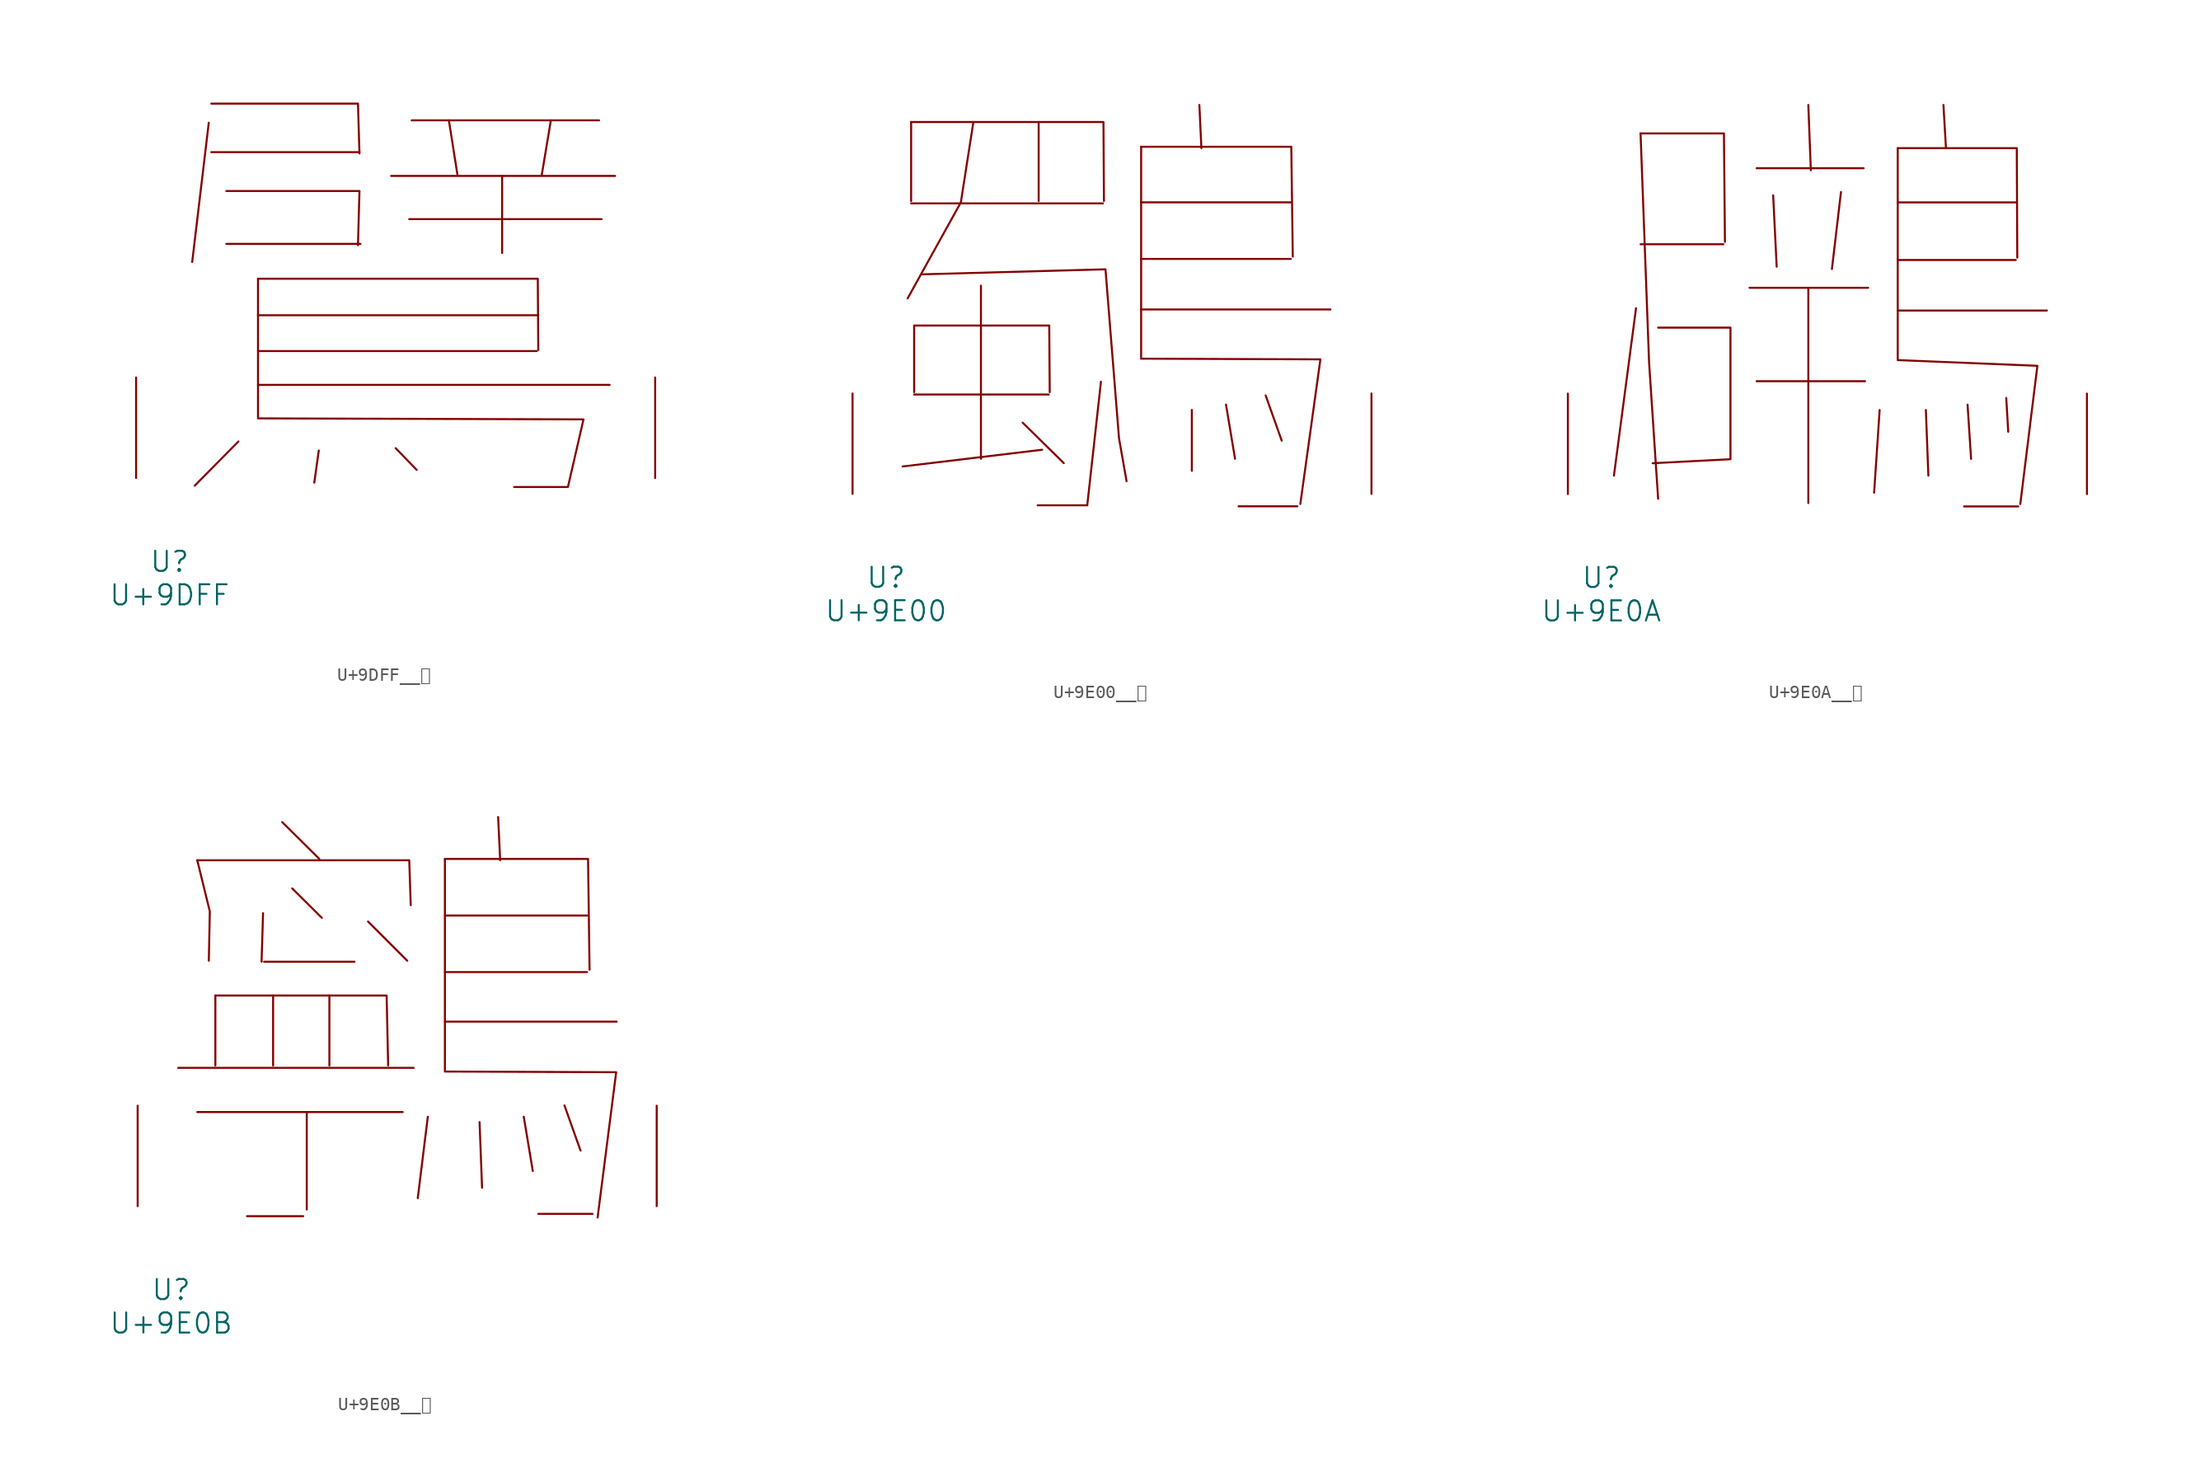
<source format=kicad_sym>
(kicad_symbol_lib
  (version 20231120)
  (generator "kicad_symbol_editor")
  (generator_version "8.0")
  (symbol "U+9DFF__鷿"
    (pin_names
      (offset 1.016))
    (property "Reference" "U"
      (at 0 -6.35 0)
      (effects (font (size 1.524 1.524))))
    (property "Value" "U+9DFF"
      (at 0 -8.89 0)
      (effects (font (size 1.524 1.524))))
    (symbol "U+9DFF__鷿_0_1"
      (polyline (pts (xy 2.972 26.949) (xy 1.714 16.383)) (stroke (width 0) (type solid)) (fill (type none)))
      (polyline (pts (xy 3.162 24.714) (xy 14.402 24.714)) (stroke (width 0) (type solid)) (fill (type none)))
      (polyline (pts (xy 4.305 17.755) (xy 14.478 17.755)) (stroke (width 0) (type solid)) (fill (type none)))
      (polyline (pts (xy 5.22 2.769) (xy 1.905 -0.584)) (stroke (width 0) (type solid)) (fill (type none)))
      (polyline (pts (xy 6.706 7.061) (xy 33.376 7.061)) (stroke (width 0) (type solid)) (fill (type none)))
      (polyline (pts (xy 6.706 9.627) (xy 27.851 9.627)) (stroke (width 0) (type solid)) (fill (type none)))
      (polyline (pts (xy 6.706 12.344) (xy 27.851 12.344)) (stroke (width 0) (type solid)) (fill (type none)))
      (polyline (pts (xy 11.316 2.083) (xy 10.973 -0.356)) (stroke (width 0) (type solid)) (fill (type none)))
      (polyline (pts (xy 16.802 22.911) (xy 33.795 22.911)) (stroke (width 0) (type solid)) (fill (type none)))
      (polyline (pts (xy 17.145 2.261) (xy 18.745 0.61)) (stroke (width 0) (type solid)) (fill (type none)))
      (polyline (pts (xy 18.174 19.634) (xy 32.766 19.634)) (stroke (width 0) (type solid)) (fill (type none)))
      (polyline (pts (xy 18.364 27.127) (xy 32.575 27.127)) (stroke (width 0) (type solid)) (fill (type none)))
      (polyline (pts (xy 21.184 27.127) (xy 21.831 23.012)) (stroke (width 0) (type solid)) (fill (type none)))
      (polyline (pts (xy 25.222 22.911) (xy 25.222 17.069)) (stroke (width 0) (type solid)) (fill (type none)))
      (polyline (pts (xy 28.918 27.127) (xy 28.232 23.012)) (stroke (width 0) (type solid)) (fill (type none)))
      (polyline (pts (xy 3.162 28.397) (xy 14.287 28.397) (xy 14.402 24.613)) (stroke (width 0) (type solid)) (fill (type none)))
      (polyline (pts (xy 4.305 21.768) (xy 14.402 21.768) (xy 14.287 17.653)) (stroke (width 0) (type solid)) (fill (type none)))
      (polyline (pts (xy 6.706 15.113) (xy 27.927 15.113) (xy 27.965 9.703)) (stroke (width 0) (type solid)) (fill (type none)))
      (polyline (pts (xy 6.706 15.113) (xy 6.706 4.521) (xy 31.394 4.445) (xy 30.213 -0.686) (xy 26.137 -0.686)) (stroke (width 0) (type solid)) (fill (type none)))
      (pin input line (at -2.54 0 90) (length 7.62) (name "~" (effects (font (size 1.27 1.27)))) (number "~" (effects (font (size 1.27 1.27)))))
      (pin input line (at 36.83 0 90) (length 7.62) (name "~" (effects (font (size 1.27 1.27)))) (number "~" (effects (font (size 1.27 1.27)))))))
  (symbol "U+9E00__鸀"
    (pin_names
      (offset 1.016))
    (property "Reference" "U"
      (at 0 -6.35 0)
      (effects (font (size 1.524 1.524))))
    (property "Value" "U+9E00"
      (at 0 -8.89 0)
      (effects (font (size 1.524 1.524))))
    (symbol "U+9E00__鸀_0_1"
      (polyline (pts (xy 1.905 22.047) (xy 16.459 22.047)) (stroke (width 0) (type solid)) (fill (type none)))
      (polyline (pts (xy 1.905 28.219) (xy 1.905 22.225)) (stroke (width 0) (type solid)) (fill (type none)))
      (polyline (pts (xy 2.134 7.544) (xy 12.344 7.544)) (stroke (width 0) (type solid)) (fill (type none)))
      (polyline (pts (xy 2.134 12.776) (xy 2.134 7.722)) (stroke (width 0) (type solid)) (fill (type none)))
      (polyline (pts (xy 7.201 15.799) (xy 7.201 2.667)) (stroke (width 0) (type solid)) (fill (type none)))
      (polyline (pts (xy 10.363 5.41) (xy 13.487 2.337)) (stroke (width 0) (type solid)) (fill (type none)))
      (polyline (pts (xy 11.506 -0.864) (xy 15.278 -0.864)) (stroke (width 0) (type solid)) (fill (type none)))
      (polyline (pts (xy 11.582 28.219) (xy 11.582 22.225)) (stroke (width 0) (type solid)) (fill (type none)))
      (polyline (pts (xy 11.849 3.353) (xy 1.257 2.083)) (stroke (width 0) (type solid)) (fill (type none)))
      (polyline (pts (xy 16.307 8.509) (xy 15.278 -0.762)) (stroke (width 0) (type solid)) (fill (type none)))
      (polyline (pts (xy 19.355 13.995) (xy 33.718 13.995)) (stroke (width 0) (type solid)) (fill (type none)))
      (polyline (pts (xy 19.355 17.831) (xy 30.709 17.831)) (stroke (width 0) (type solid)) (fill (type none)))
      (polyline (pts (xy 19.355 22.123) (xy 30.709 22.123)) (stroke (width 0) (type solid)) (fill (type none)))
      (polyline (pts (xy 23.203 6.375) (xy 23.203 1.753)) (stroke (width 0) (type solid)) (fill (type none)))
      (polyline (pts (xy 23.774 29.515) (xy 23.927 26.238)) (stroke (width 0) (type solid)) (fill (type none)))
      (polyline (pts (xy 25.794 6.782) (xy 26.48 2.667)) (stroke (width 0) (type solid)) (fill (type none)))
      (polyline (pts (xy 26.746 -0.94) (xy 31.204 -0.94)) (stroke (width 0) (type solid)) (fill (type none)))
      (polyline (pts (xy 28.804 7.468) (xy 30.023 4.039)) (stroke (width 0) (type solid)) (fill (type none)))
      (polyline (pts (xy 1.905 28.219) (xy 16.497 28.219) (xy 16.535 22.225)) (stroke (width 0) (type solid)) (fill (type none)))
      (polyline (pts (xy 2.134 12.776) (xy 12.383 12.776) (xy 12.421 7.722)) (stroke (width 0) (type solid)) (fill (type none)))
      (polyline (pts (xy 6.629 28.219) (xy 5.677 22.123) (xy 1.638 14.834)) (stroke (width 0) (type solid)) (fill (type none)))
      (polyline (pts (xy 19.355 26.34) (xy 30.747 26.34) (xy 30.861 18.009)) (stroke (width 0) (type solid)) (fill (type none)))
      (polyline (pts (xy 2.743 16.662) (xy 16.65 17.043) (xy 17.678 4.216) (xy 18.25 0.965)) (stroke (width 0) (type solid)) (fill (type none)))
      (polyline (pts (xy 19.355 26.34) (xy 19.355 10.262) (xy 32.956 10.211) (xy 31.433 -0.762)) (stroke (width 0) (type solid)) (fill (type none)))
      (pin input line (at -2.54 0 90) (length 7.62) (name "~" (effects (font (size 1.27 1.27)))) (number "~" (effects (font (size 1.27 1.27)))))
      (pin input line (at 36.83 0 90) (length 7.62) (name "~" (effects (font (size 1.27 1.27)))) (number "~" (effects (font (size 1.27 1.27)))))))
  (symbol "U+9E0A__鸊"
    (pin_names
      (offset 1.016))
    (property "Reference" "U"
      (at 0 -6.35 0)
      (effects (font (size 1.524 1.524))))
    (property "Value" "U+9E0A"
      (at 0 -8.89 0)
      (effects (font (size 1.524 1.524))))
    (symbol "U+9E0A__鸊_0_1"
      (polyline (pts (xy 2.629 14.097) (xy 0.953 1.397)) (stroke (width 0) (type solid)) (fill (type none)))
      (polyline (pts (xy 2.972 18.948) (xy 9.258 18.948)) (stroke (width 0) (type solid)) (fill (type none)))
      (polyline (pts (xy 11.239 15.646) (xy 20.231 15.646)) (stroke (width 0) (type solid)) (fill (type none)))
      (polyline (pts (xy 11.773 8.56) (xy 20.003 8.56)) (stroke (width 0) (type solid)) (fill (type none)))
      (polyline (pts (xy 11.773 24.714) (xy 19.888 24.714)) (stroke (width 0) (type solid)) (fill (type none)))
      (polyline (pts (xy 13.03 22.657) (xy 13.297 17.247)) (stroke (width 0) (type solid)) (fill (type none)))
      (polyline (pts (xy 15.697 15.646) (xy 15.697 -0.686)) (stroke (width 0) (type solid)) (fill (type none)))
      (polyline (pts (xy 15.697 29.515) (xy 15.888 24.562)) (stroke (width 0) (type solid)) (fill (type none)))
      (polyline (pts (xy 18.174 22.911) (xy 17.488 17.069)) (stroke (width 0) (type solid)) (fill (type none)))
      (polyline (pts (xy 21.107 6.375) (xy 20.688 0.102)) (stroke (width 0) (type solid)) (fill (type none)))
      (polyline (pts (xy 22.479 13.919) (xy 33.795 13.919)) (stroke (width 0) (type solid)) (fill (type none)))
      (polyline (pts (xy 22.479 17.755) (xy 31.433 17.755)) (stroke (width 0) (type solid)) (fill (type none)))
      (polyline (pts (xy 22.479 22.123) (xy 31.433 22.123)) (stroke (width 0) (type solid)) (fill (type none)))
      (polyline (pts (xy 24.613 6.375) (xy 24.803 1.397)) (stroke (width 0) (type solid)) (fill (type none)))
      (polyline (pts (xy 25.946 29.515) (xy 26.137 26.238)) (stroke (width 0) (type solid)) (fill (type none)))
      (polyline (pts (xy 27.508 -0.94) (xy 31.623 -0.94)) (stroke (width 0) (type solid)) (fill (type none)))
      (polyline (pts (xy 27.775 6.782) (xy 28.042 2.667)) (stroke (width 0) (type solid)) (fill (type none)))
      (polyline (pts (xy 30.709 7.29) (xy 30.861 4.724)) (stroke (width 0) (type solid)) (fill (type none)))
      (polyline (pts (xy 2.972 27.356) (xy 3.619 9.982) (xy 4.305 -0.356)) (stroke (width 0) (type solid)) (fill (type none)))
      (polyline (pts (xy 2.972 27.356) (xy 9.296 27.356) (xy 9.373 19.126)) (stroke (width 0) (type solid)) (fill (type none)))
      (polyline (pts (xy 22.479 26.238) (xy 31.509 26.238) (xy 31.547 17.932)) (stroke (width 0) (type solid)) (fill (type none)))
      (polyline (pts (xy 4.305 12.624) (xy 9.792 12.624) (xy 9.792 2.642) (xy 3.886 2.337)) (stroke (width 0) (type solid)) (fill (type none)))
      (polyline (pts (xy 22.479 26.238) (xy 22.479 10.16) (xy 33.071 9.728) (xy 31.775 -0.762)) (stroke (width 0) (type solid)) (fill (type none)))
      (pin input line (at -2.54 0 90) (length 7.62) (name "~" (effects (font (size 1.27 1.27)))) (number "~" (effects (font (size 1.27 1.27)))))
      (pin input line (at 36.83 0 90) (length 7.62) (name "~" (effects (font (size 1.27 1.27)))) (number "~" (effects (font (size 1.27 1.27)))))))
  (symbol "U+9E0B__鸋"
    (pin_names
      (offset 1.016))
    (property "Reference" "U"
      (at 0 -6.35 0)
      (effects (font (size 1.524 1.524))))
    (property "Value" "U+9E0B"
      (at 0 -8.89 0)
      (effects (font (size 1.524 1.524))))
    (symbol "U+9E0B__鸋_0_1"
      (polyline (pts (xy 0.533 10.49) (xy 18.402 10.49)) (stroke (width 0) (type solid)) (fill (type none)))
      (polyline (pts (xy 1.981 7.137) (xy 17.564 7.137)) (stroke (width 0) (type solid)) (fill (type none)))
      (polyline (pts (xy 3.353 15.977) (xy 3.353 10.668)) (stroke (width 0) (type solid)) (fill (type none)))
      (polyline (pts (xy 5.753 -0.762) (xy 10.02 -0.762)) (stroke (width 0) (type solid)) (fill (type none)))
      (polyline (pts (xy 6.972 22.225) (xy 6.858 18.542)) (stroke (width 0) (type solid)) (fill (type none)))
      (polyline (pts (xy 7.048 18.542) (xy 13.906 18.542)) (stroke (width 0) (type solid)) (fill (type none)))
      (polyline (pts (xy 7.734 15.977) (xy 7.734 10.668)) (stroke (width 0) (type solid)) (fill (type none)))
      (polyline (pts (xy 8.42 29.134) (xy 11.239 26.34)) (stroke (width 0) (type solid)) (fill (type none)))
      (polyline (pts (xy 9.182 24.105) (xy 11.43 21.869)) (stroke (width 0) (type solid)) (fill (type none)))
      (polyline (pts (xy 10.287 7.137) (xy 10.287 -0.254)) (stroke (width 0) (type solid)) (fill (type none)))
      (polyline (pts (xy 12.002 15.977) (xy 12.002 10.668)) (stroke (width 0) (type solid)) (fill (type none)))
      (polyline (pts (xy 14.935 21.59) (xy 17.907 18.618)) (stroke (width 0) (type solid)) (fill (type none)))
      (polyline (pts (xy 19.469 6.782) (xy 18.707 0.61)) (stroke (width 0) (type solid)) (fill (type none)))
      (polyline (pts (xy 20.765 13.995) (xy 33.795 13.995)) (stroke (width 0) (type solid)) (fill (type none)))
      (polyline (pts (xy 20.765 17.755) (xy 31.547 17.755)) (stroke (width 0) (type solid)) (fill (type none)))
      (polyline (pts (xy 20.765 22.047) (xy 31.547 22.047)) (stroke (width 0) (type solid)) (fill (type none)))
      (polyline (pts (xy 23.393 6.375) (xy 23.584 1.397)) (stroke (width 0) (type solid)) (fill (type none)))
      (polyline (pts (xy 24.803 29.515) (xy 24.956 26.238)) (stroke (width 0) (type solid)) (fill (type none)))
      (polyline (pts (xy 26.746 6.782) (xy 27.432 2.667)) (stroke (width 0) (type solid)) (fill (type none)))
      (polyline (pts (xy 29.832 7.645) (xy 31.052 4.216)) (stroke (width 0) (type solid)) (fill (type none)))
      (polyline (pts (xy 31.966 -0.584) (xy 27.851 -0.584)) (stroke (width 0) (type solid)) (fill (type none)))
      (polyline (pts (xy 1.981 26.238) (xy 2.934 22.352) (xy 2.857 18.618)) (stroke (width 0) (type solid)) (fill (type none)))
      (polyline (pts (xy 1.981 26.238) (xy 18.059 26.238) (xy 18.174 22.835)) (stroke (width 0) (type solid)) (fill (type none)))
      (polyline (pts (xy 3.353 15.977) (xy 16.345 15.977) (xy 16.459 10.668)) (stroke (width 0) (type solid)) (fill (type none)))
      (polyline (pts (xy 20.765 26.34) (xy 31.623 26.34) (xy 31.737 17.932)) (stroke (width 0) (type solid)) (fill (type none)))
      (polyline (pts (xy 20.765 26.34) (xy 20.765 10.211) (xy 33.757 10.16) (xy 32.347 -0.864)) (stroke (width 0) (type solid)) (fill (type none)))
      (pin input line (at -2.54 0 90) (length 7.62) (name "~" (effects (font (size 1.27 1.27)))) (number "~" (effects (font (size 1.27 1.27)))))
      (pin input line (at 36.83 0 90) (length 7.62) (name "~" (effects (font (size 1.27 1.27)))) (number "~" (effects (font (size 1.27 1.27))))))))
</source>
